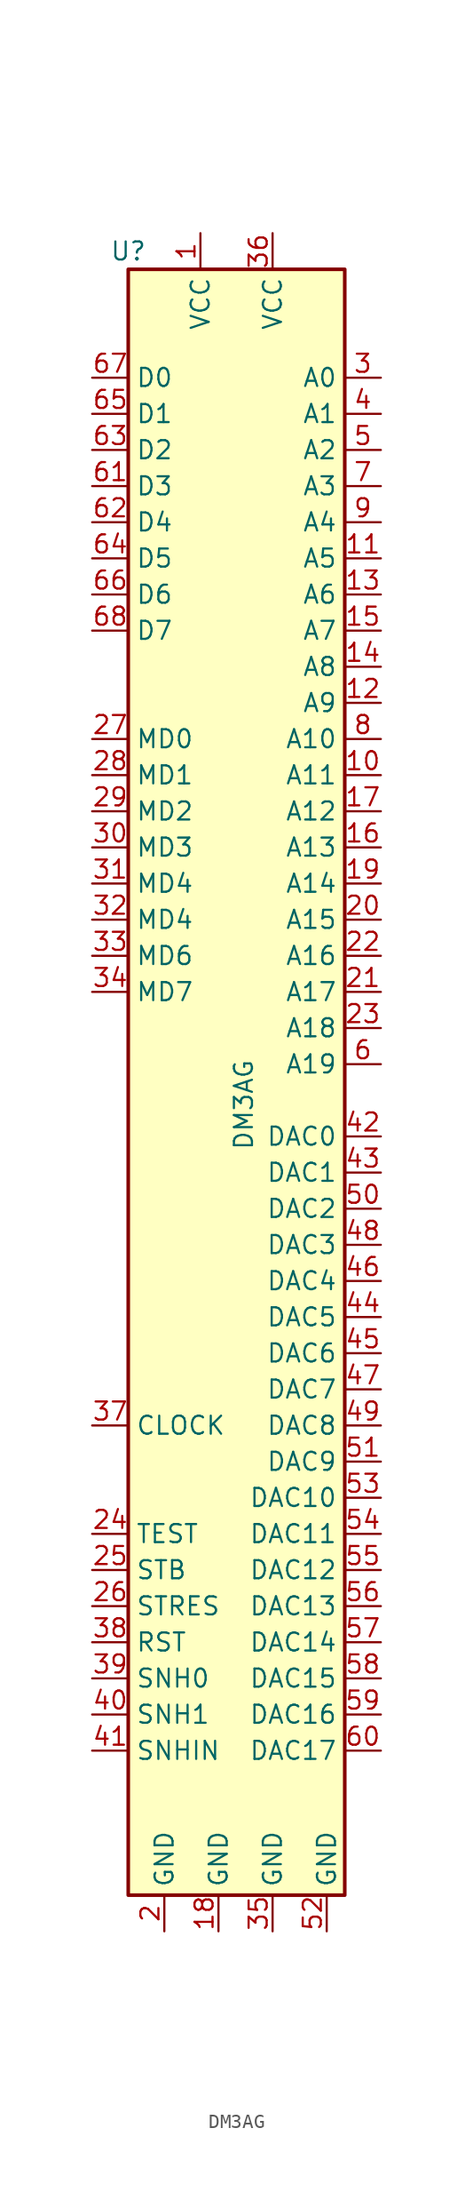
<source format=kicad_sym>
(kicad_symbol_lib
  (version 20231120)
  (generator "kicad_symbol_editor")
  (generator_version "8.0")
  (symbol "DM3AG"
    (property "Reference" "U"
      (at -7.62 31.75 0)
      (effects (font (size 1.27 1.27))))
    (property "Value" "DM3AG"
      (at 0.508 -31.496 90)
      (effects (font (size 1.27 1.27)) (justify left)))
    (symbol "DM3AG_1_1"
      (rectangle (start -7.62 30.48) (end 7.62 -83.82) (stroke (width 0.254) (type default)) (fill (type background)))
      (pin power_in line (at -2.54 33.02 270) (length 2.54) (name "VCC" (effects (font (size 1.27 1.27)))) (number "1" (effects (font (size 1.27 1.27)))))
      (pin output line (at 10.16 -5.08 180) (length 2.54) (name "A11" (effects (font (size 1.27 1.27)))) (number "10" (effects (font (size 1.27 1.27)))))
      (pin output line (at 10.16 10.16 180) (length 2.54) (name "A5" (effects (font (size 1.27 1.27)))) (number "11" (effects (font (size 1.27 1.27)))))
      (pin output line (at 10.16 0 180) (length 2.54) (name "A9" (effects (font (size 1.27 1.27)))) (number "12" (effects (font (size 1.27 1.27)))))
      (pin output line (at 10.16 7.62 180) (length 2.54) (name "A6" (effects (font (size 1.27 1.27)))) (number "13" (effects (font (size 1.27 1.27)))))
      (pin output line (at 10.16 2.54 180) (length 2.54) (name "A8" (effects (font (size 1.27 1.27)))) (number "14" (effects (font (size 1.27 1.27)))))
      (pin output line (at 10.16 5.08 180) (length 2.54) (name "A7" (effects (font (size 1.27 1.27)))) (number "15" (effects (font (size 1.27 1.27)))))
      (pin output line (at 10.16 -10.16 180) (length 2.54) (name "A13" (effects (font (size 1.27 1.27)))) (number "16" (effects (font (size 1.27 1.27)))))
      (pin output line (at 10.16 -7.62 180) (length 2.54) (name "A12" (effects (font (size 1.27 1.27)))) (number "17" (effects (font (size 1.27 1.27)))))
      (pin power_in line (at -1.27 -86.36 90) (length 2.54) (name "GND" (effects (font (size 1.27 1.27)))) (number "18" (effects (font (size 1.27 1.27)))))
      (pin output line (at 10.16 -12.7 180) (length 2.54) (name "A14" (effects (font (size 1.27 1.27)))) (number "19" (effects (font (size 1.27 1.27)))))
      (pin power_in line (at -5.08 -86.36 90) (length 2.54) (name "GND" (effects (font (size 1.27 1.27)))) (number "2" (effects (font (size 1.27 1.27)))))
      (pin output line (at 10.16 -15.24 180) (length 2.54) (name "A15" (effects (font (size 1.27 1.27)))) (number "20" (effects (font (size 1.27 1.27)))))
      (pin output line (at 10.16 -20.32 180) (length 2.54) (name "A17" (effects (font (size 1.27 1.27)))) (number "21" (effects (font (size 1.27 1.27)))))
      (pin output line (at 10.16 -17.78 180) (length 2.54) (name "A16" (effects (font (size 1.27 1.27)))) (number "22" (effects (font (size 1.27 1.27)))))
      (pin output line (at 10.16 -22.86 180) (length 2.54) (name "A18" (effects (font (size 1.27 1.27)))) (number "23" (effects (font (size 1.27 1.27)))))
      (pin input line (at -10.16 -58.42 0) (length 2.54) (name "TEST" (effects (font (size 1.27 1.27)))) (number "24" (effects (font (size 1.27 1.27)))))
      (pin input line (at -10.16 -60.96 0) (length 2.54) (name "STB" (effects (font (size 1.27 1.27)))) (number "25" (effects (font (size 1.27 1.27)))))
      (pin input line (at -10.16 -63.5 0) (length 2.54) (name "STRES" (effects (font (size 1.27 1.27)))) (number "26" (effects (font (size 1.27 1.27)))))
      (pin input line (at -10.16 -2.54 0) (length 2.54) (name "MD0" (effects (font (size 1.27 1.27)))) (number "27" (effects (font (size 1.27 1.27)))))
      (pin input line (at -10.16 -5.08 0) (length 2.54) (name "MD1" (effects (font (size 1.27 1.27)))) (number "28" (effects (font (size 1.27 1.27)))))
      (pin input line (at -10.16 -7.62 0) (length 2.54) (name "MD2" (effects (font (size 1.27 1.27)))) (number "29" (effects (font (size 1.27 1.27)))))
      (pin output line (at 10.16 22.86 180) (length 2.54) (name "A0" (effects (font (size 1.27 1.27)))) (number "3" (effects (font (size 1.27 1.27)))))
      (pin input line (at -10.16 -10.16 0) (length 2.54) (name "MD3" (effects (font (size 1.27 1.27)))) (number "30" (effects (font (size 1.27 1.27)))))
      (pin input line (at -10.16 -12.7 0) (length 2.54) (name "MD4" (effects (font (size 1.27 1.27)))) (number "31" (effects (font (size 1.27 1.27)))))
      (pin input line (at -10.16 -15.24 0) (length 2.54) (name "MD4" (effects (font (size 1.27 1.27)))) (number "32" (effects (font (size 1.27 1.27)))))
      (pin input line (at -10.16 -17.78 0) (length 2.54) (name "MD6" (effects (font (size 1.27 1.27)))) (number "33" (effects (font (size 1.27 1.27)))))
      (pin input line (at -10.16 -20.32 0) (length 2.54) (name "MD7" (effects (font (size 1.27 1.27)))) (number "34" (effects (font (size 1.27 1.27)))))
      (pin power_in line (at 2.54 -86.36 90) (length 2.54) (name "GND" (effects (font (size 1.27 1.27)))) (number "35" (effects (font (size 1.27 1.27)))))
      (pin power_in line (at 2.54 33.02 270) (length 2.54) (name "VCC" (effects (font (size 1.27 1.27)))) (number "36" (effects (font (size 1.27 1.27)))))
      (pin input line (at -10.16 -50.8 0) (length 2.54) (name "CLOCK" (effects (font (size 1.27 1.27)))) (number "37" (effects (font (size 1.27 1.27)))))
      (pin input line (at -10.16 -66.04 0) (length 2.54) (name "RST" (effects (font (size 1.27 1.27)))) (number "38" (effects (font (size 1.27 1.27)))))
      (pin input line (at -10.16 -68.58 0) (length 2.54) (name "SNH0" (effects (font (size 1.27 1.27)))) (number "39" (effects (font (size 1.27 1.27)))))
      (pin output line (at 10.16 20.32 180) (length 2.54) (name "A1" (effects (font (size 1.27 1.27)))) (number "4" (effects (font (size 1.27 1.27)))))
      (pin input line (at -10.16 -71.12 0) (length 2.54) (name "SNH1" (effects (font (size 1.27 1.27)))) (number "40" (effects (font (size 1.27 1.27)))))
      (pin input line (at -10.16 -73.66 0) (length 2.54) (name "SNHIN" (effects (font (size 1.27 1.27)))) (number "41" (effects (font (size 1.27 1.27)))))
      (pin output line (at 10.16 -30.48 180) (length 2.54) (name "DAC0" (effects (font (size 1.27 1.27)))) (number "42" (effects (font (size 1.27 1.27)))))
      (pin output line (at 10.16 -33.02 180) (length 2.54) (name "DAC1" (effects (font (size 1.27 1.27)))) (number "43" (effects (font (size 1.27 1.27)))))
      (pin output line (at 10.16 -43.18 180) (length 2.54) (name "DAC5" (effects (font (size 1.27 1.27)))) (number "44" (effects (font (size 1.27 1.27)))))
      (pin output line (at 10.16 -45.72 180) (length 2.54) (name "DAC6" (effects (font (size 1.27 1.27)))) (number "45" (effects (font (size 1.27 1.27)))))
      (pin output line (at 10.16 -40.64 180) (length 2.54) (name "DAC4" (effects (font (size 1.27 1.27)))) (number "46" (effects (font (size 1.27 1.27)))))
      (pin output line (at 10.16 -48.26 180) (length 2.54) (name "DAC7" (effects (font (size 1.27 1.27)))) (number "47" (effects (font (size 1.27 1.27)))))
      (pin output line (at 10.16 -38.1 180) (length 2.54) (name "DAC3" (effects (font (size 1.27 1.27)))) (number "48" (effects (font (size 1.27 1.27)))))
      (pin output line (at 10.16 -50.8 180) (length 2.54) (name "DAC8" (effects (font (size 1.27 1.27)))) (number "49" (effects (font (size 1.27 1.27)))))
      (pin output line (at 10.16 17.78 180) (length 2.54) (name "A2" (effects (font (size 1.27 1.27)))) (number "5" (effects (font (size 1.27 1.27)))))
      (pin output line (at 10.16 -35.56 180) (length 2.54) (name "DAC2" (effects (font (size 1.27 1.27)))) (number "50" (effects (font (size 1.27 1.27)))))
      (pin output line (at 10.16 -53.34 180) (length 2.54) (name "DAC9" (effects (font (size 1.27 1.27)))) (number "51" (effects (font (size 1.27 1.27)))))
      (pin power_in line (at 6.35 -86.36 90) (length 2.54) (name "GND" (effects (font (size 1.27 1.27)))) (number "52" (effects (font (size 1.27 1.27)))))
      (pin output line (at 10.16 -55.88 180) (length 2.54) (name "DAC10" (effects (font (size 1.27 1.27)))) (number "53" (effects (font (size 1.27 1.27)))))
      (pin output line (at 10.16 -58.42 180) (length 2.54) (name "DAC11" (effects (font (size 1.27 1.27)))) (number "54" (effects (font (size 1.27 1.27)))))
      (pin output line (at 10.16 -60.96 180) (length 2.54) (name "DAC12" (effects (font (size 1.27 1.27)))) (number "55" (effects (font (size 1.27 1.27)))))
      (pin output line (at 10.16 -63.5 180) (length 2.54) (name "DAC13" (effects (font (size 1.27 1.27)))) (number "56" (effects (font (size 1.27 1.27)))))
      (pin output line (at 10.16 -66.04 180) (length 2.54) (name "DAC14" (effects (font (size 1.27 1.27)))) (number "57" (effects (font (size 1.27 1.27)))))
      (pin output line (at 10.16 -68.58 180) (length 2.54) (name "DAC15" (effects (font (size 1.27 1.27)))) (number "58" (effects (font (size 1.27 1.27)))))
      (pin output line (at 10.16 -71.12 180) (length 2.54) (name "DAC16" (effects (font (size 1.27 1.27)))) (number "59" (effects (font (size 1.27 1.27)))))
      (pin output line (at 10.16 -25.4 180) (length 2.54) (name "A19" (effects (font (size 1.27 1.27)))) (number "6" (effects (font (size 1.27 1.27)))))
      (pin output line (at 10.16 -73.66 180) (length 2.54) (name "DAC17" (effects (font (size 1.27 1.27)))) (number "60" (effects (font (size 1.27 1.27)))))
      (pin input line (at -10.16 15.24 0) (length 2.54) (name "D3" (effects (font (size 1.27 1.27)))) (number "61" (effects (font (size 1.27 1.27)))))
      (pin input line (at -10.16 12.7 0) (length 2.54) (name "D4" (effects (font (size 1.27 1.27)))) (number "62" (effects (font (size 1.27 1.27)))))
      (pin input line (at -10.16 17.78 0) (length 2.54) (name "D2" (effects (font (size 1.27 1.27)))) (number "63" (effects (font (size 1.27 1.27)))))
      (pin input line (at -10.16 10.16 0) (length 2.54) (name "D5" (effects (font (size 1.27 1.27)))) (number "64" (effects (font (size 1.27 1.27)))))
      (pin input line (at -10.16 20.32 0) (length 2.54) (name "D1" (effects (font (size 1.27 1.27)))) (number "65" (effects (font (size 1.27 1.27)))))
      (pin input line (at -10.16 7.62 0) (length 2.54) (name "D6" (effects (font (size 1.27 1.27)))) (number "66" (effects (font (size 1.27 1.27)))))
      (pin input line (at -10.16 22.86 0) (length 2.54) (name "D0" (effects (font (size 1.27 1.27)))) (number "67" (effects (font (size 1.27 1.27)))))
      (pin input line (at -10.16 5.08 0) (length 2.54) (name "D7" (effects (font (size 1.27 1.27)))) (number "68" (effects (font (size 1.27 1.27)))))
      (pin output line (at 10.16 15.24 180) (length 2.54) (name "A3" (effects (font (size 1.27 1.27)))) (number "7" (effects (font (size 1.27 1.27)))))
      (pin output line (at 10.16 -2.54 180) (length 2.54) (name "A10" (effects (font (size 1.27 1.27)))) (number "8" (effects (font (size 1.27 1.27)))))
      (pin output line (at 10.16 12.7 180) (length 2.54) (name "A4" (effects (font (size 1.27 1.27)))) (number "9" (effects (font (size 1.27 1.27))))))))
</source>
